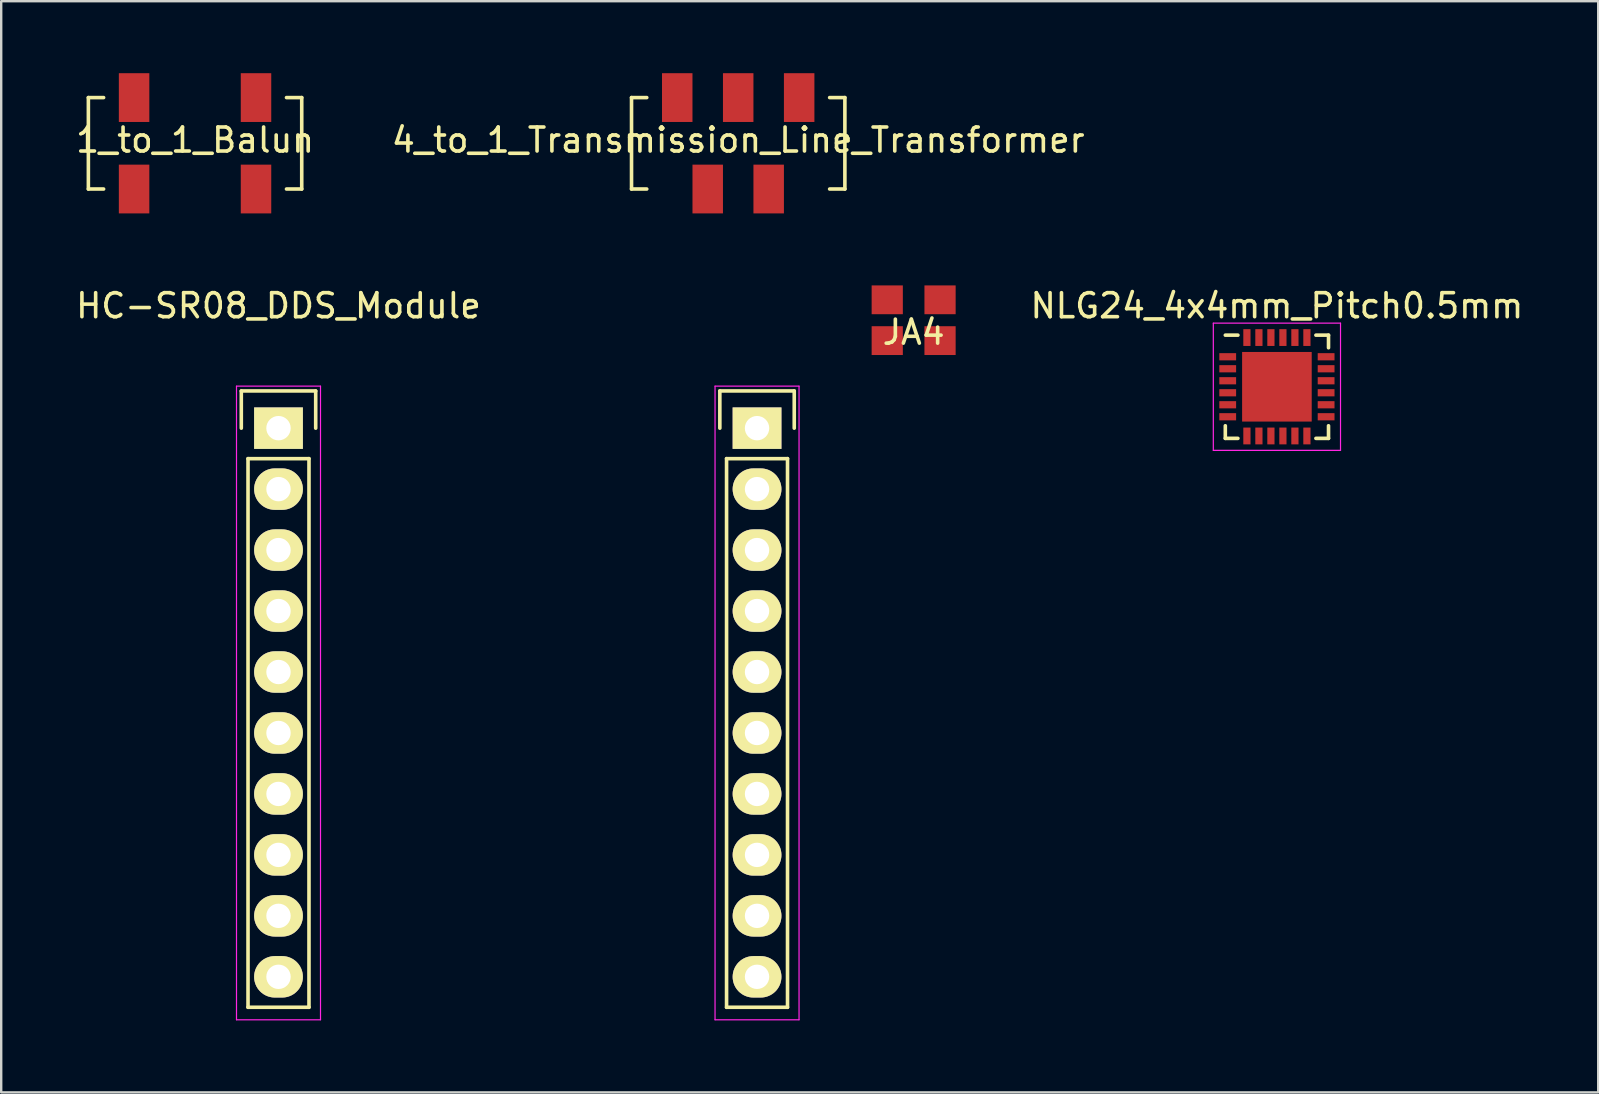
<source format=kicad_pcb>
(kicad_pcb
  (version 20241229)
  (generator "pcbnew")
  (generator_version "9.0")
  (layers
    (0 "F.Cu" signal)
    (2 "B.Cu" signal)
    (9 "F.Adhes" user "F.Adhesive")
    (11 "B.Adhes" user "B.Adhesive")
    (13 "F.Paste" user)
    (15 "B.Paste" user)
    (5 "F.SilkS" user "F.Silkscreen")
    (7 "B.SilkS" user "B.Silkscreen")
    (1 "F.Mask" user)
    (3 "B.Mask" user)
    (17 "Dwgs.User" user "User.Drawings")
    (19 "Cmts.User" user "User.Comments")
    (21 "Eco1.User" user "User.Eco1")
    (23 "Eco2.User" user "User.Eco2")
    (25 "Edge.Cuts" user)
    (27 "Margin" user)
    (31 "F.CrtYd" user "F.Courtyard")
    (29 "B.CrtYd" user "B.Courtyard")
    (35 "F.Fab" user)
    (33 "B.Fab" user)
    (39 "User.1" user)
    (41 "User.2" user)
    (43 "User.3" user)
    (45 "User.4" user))
  (footprint "4_to_1_Transmission_Line_Transformer"
    (layer "F.Cu")
    (at 27.708 2.286)
    (property "Reference" "4_to_1_Transmission_Line_Transformer" (at 0 0.5 0) (layer "F.SilkS") (effects (font (size 1 1) (thickness 0.15))))
    (attr through_hole)
    (fp_line (start -4.445 -1.27) (end -4.445 2.54) (stroke (width 0.15) (type solid)) (layer "F.SilkS"))
    (fp_line (start -4.445 2.54) (end -3.81 2.54) (stroke (width 0.15) (type solid)) (layer "F.SilkS"))
    (fp_line (start -3.81 -1.27) (end -4.445 -1.27) (stroke (width 0.15) (type solid)) (layer "F.SilkS"))
    (fp_line (start 3.81 -1.27) (end 4.445 -1.27) (stroke (width 0.15) (type solid)) (layer "F.SilkS"))
    (fp_line (start 4.445 -1.27) (end 4.445 2.54) (stroke (width 0.15) (type solid)) (layer "F.SilkS"))
    (fp_line (start 4.445 2.54) (end 3.81 2.54) (stroke (width 0.15) (type solid)) (layer "F.SilkS"))
    (pad "1" smd rect (at -2.54 -1.27) (size 1.27 2.032) (layers "F.Cu" "F.Mask" "F.Paste"))
    (pad "2" smd rect (at 0 -1.27) (size 1.27 2.032) (layers "F.Cu" "F.Mask" "F.Paste"))
    (pad "3" smd rect (at 2.54 -1.27) (size 1.27 2.032) (layers "F.Cu" "F.Mask" "F.Paste"))
    (pad "4" smd rect (at -1.27 2.54) (size 1.27 2.032) (layers "F.Cu" "F.Mask" "F.Paste"))
    (pad "5" smd rect (at 1.27 2.54) (size 1.27 2.032) (layers "F.Cu" "F.Mask" "F.Paste")))
  (footprint "HC-SR08_DDS_Module"
    (layer "F.Cu")
    (at 8.554 14.79)
    (property "Reference" "HC-SR08_DDS_Module" (at 0 -5.1 0) (layer "F.SilkS") (effects (font (size 1 1) (thickness 0.15))))
    (attr through_hole)
    (fp_line (start -1.55 -1.55) (end 1.55 -1.55) (stroke (width 0.15) (type solid)) (layer "F.SilkS"))
    (fp_line (start -1.55 0) (end -1.55 -1.55) (stroke (width 0.15) (type solid)) (layer "F.SilkS"))
    (fp_line (start -1.27 24.13) (end -1.27 1.27) (stroke (width 0.15) (type solid)) (layer "F.SilkS"))
    (fp_line (start 1.27 1.27) (end -1.27 1.27) (stroke (width 0.15) (type solid)) (layer "F.SilkS"))
    (fp_line (start 1.27 1.27) (end 1.27 24.13) (stroke (width 0.15) (type solid)) (layer "F.SilkS"))
    (fp_line (start 1.27 24.13) (end -1.27 24.13) (stroke (width 0.15) (type solid)) (layer "F.SilkS"))
    (fp_line (start 1.55 -1.55) (end 1.55 0) (stroke (width 0.15) (type solid)) (layer "F.SilkS"))
    (fp_line (start 18.389 -1.55) (end 21.489 -1.55) (stroke (width 0.15) (type solid)) (layer "F.SilkS"))
    (fp_line (start 18.389 0) (end 18.389 -1.55) (stroke (width 0.15) (type solid)) (layer "F.SilkS"))
    (fp_line (start 18.669 24.13) (end 18.669 1.27) (stroke (width 0.15) (type solid)) (layer "F.SilkS"))
    (fp_line (start 21.209 1.27) (end 18.669 1.27) (stroke (width 0.15) (type solid)) (layer "F.SilkS"))
    (fp_line (start 21.209 1.27) (end 21.209 24.13) (stroke (width 0.15) (type solid)) (layer "F.SilkS"))
    (fp_line (start 21.209 24.13) (end 18.669 24.13) (stroke (width 0.15) (type solid)) (layer "F.SilkS"))
    (fp_line (start 21.489 -1.55) (end 21.489 0) (stroke (width 0.15) (type solid)) (layer "F.SilkS"))
    (fp_line (start -1.75 -1.75) (end -1.75 24.65) (stroke (width 0.05) (type solid)) (layer "F.CrtYd"))
    (fp_line (start -1.75 -1.75) (end 1.75 -1.75) (stroke (width 0.05) (type solid)) (layer "F.CrtYd"))
    (fp_line (start -1.75 24.65) (end 1.75 24.65) (stroke (width 0.05) (type solid)) (layer "F.CrtYd"))
    (fp_line (start 1.75 -1.75) (end 1.75 24.65) (stroke (width 0.05) (type solid)) (layer "F.CrtYd"))
    (fp_line (start 18.189 -1.75) (end 18.189 24.65) (stroke (width 0.05) (type solid)) (layer "F.CrtYd"))
    (fp_line (start 18.189 -1.75) (end 21.689 -1.75) (stroke (width 0.05) (type solid)) (layer "F.CrtYd"))
    (fp_line (start 18.189 24.65) (end 21.689 24.65) (stroke (width 0.05) (type solid)) (layer "F.CrtYd"))
    (fp_line (start 21.689 -1.75) (end 21.689 24.65) (stroke (width 0.05) (type solid)) (layer "F.CrtYd"))
    (pad "J2-1" thru_hole rect (at 19.939 0) (size 2.032 1.727) (drill 1.016) (layers "*.Cu" "*.Mask" "F.SilkS"))
    (pad "J2-2" thru_hole oval (at 19.939 2.54) (size 2.032 1.727) (drill 1.016) (layers "*.Cu" "*.Mask" "F.SilkS"))
    (pad "J2-3" thru_hole oval (at 19.939 5.08) (size 2.032 1.727) (drill 1.016) (layers "*.Cu" "*.Mask" "F.SilkS"))
    (pad "J2-4" thru_hole oval (at 19.939 7.62) (size 2.032 1.727) (drill 1.016) (layers "*.Cu" "*.Mask" "F.SilkS"))
    (pad "J2-5" thru_hole oval (at 19.939 10.16) (size 2.032 1.727) (drill 1.016) (layers "*.Cu" "*.Mask" "F.SilkS"))
    (pad "J2-6" thru_hole oval (at 19.939 12.7) (size 2.032 1.727) (drill 1.016) (layers "*.Cu" "*.Mask" "F.SilkS"))
    (pad "J2-7" thru_hole oval (at 19.939 15.24) (size 2.032 1.727) (drill 1.016) (layers "*.Cu" "*.Mask" "F.SilkS"))
    (pad "J2-8" thru_hole oval (at 19.939 17.78) (size 2.032 1.727) (drill 1.016) (layers "*.Cu" "*.Mask" "F.SilkS"))
    (pad "J2-9" thru_hole oval (at 19.939 20.32) (size 2.032 1.727) (drill 1.016) (layers "*.Cu" "*.Mask" "F.SilkS"))
    (pad "J4-1" thru_hole rect (at 0 0) (size 2.032 1.727) (drill 1.016) (layers "*.Cu" "*.Mask" "F.SilkS"))
    (pad "J4-2" thru_hole oval (at 0 2.54) (size 2.032 1.727) (drill 1.016) (layers "*.Cu" "*.Mask" "F.SilkS"))
    (pad "J4-3" thru_hole oval (at 0 5.08) (size 2.032 1.727) (drill 1.016) (layers "*.Cu" "*.Mask" "F.SilkS"))
    (pad "J4-4" thru_hole oval (at 0 7.62) (size 2.032 1.727) (drill 1.016) (layers "*.Cu" "*.Mask" "F.SilkS"))
    (pad "J4-5" thru_hole oval (at 0 10.16) (size 2.032 1.727) (drill 1.016) (layers "*.Cu" "*.Mask" "F.SilkS"))
    (pad "J4-6" thru_hole oval (at 0 12.7) (size 2.032 1.727) (drill 1.016) (layers "*.Cu" "*.Mask" "F.SilkS"))
    (pad "J4-7" thru_hole oval (at 0 15.24) (size 2.032 1.727) (drill 1.016) (layers "*.Cu" "*.Mask" "F.SilkS"))
    (pad "J4-8" thru_hole oval (at 0 17.78) (size 2.032 1.727) (drill 1.016) (layers "*.Cu" "*.Mask" "F.SilkS"))
    (pad "J4-9" thru_hole oval (at 0 20.32) (size 2.032 1.727) (drill 1.016) (layers "*.Cu" "*.Mask" "F.SilkS"))
    (pad "J210" thru_hole oval (at 19.939 22.86) (size 2.032 1.727) (drill 1.016) (layers "*.Cu" "*.Mask" "F.SilkS"))
    (pad "J410" thru_hole oval (at 0 22.86) (size 2.032 1.727) (drill 1.016) (layers "*.Cu" "*.Mask" "F.SilkS")))
  (footprint "1_to_1_Balun"
    (layer "F.Cu")
    (at 5.077 2.286)
    (property "Reference" "1_to_1_Balun" (at 0 0.5 0) (layer "F.SilkS") (effects (font (size 1 1) (thickness 0.15))))
    (attr through_hole)
    (fp_line (start -4.445 -1.27) (end -4.445 2.54) (stroke (width 0.15) (type solid)) (layer "F.SilkS"))
    (fp_line (start -4.445 2.54) (end -3.81 2.54) (stroke (width 0.15) (type solid)) (layer "F.SilkS"))
    (fp_line (start -3.81 -1.27) (end -4.445 -1.27) (stroke (width 0.15) (type solid)) (layer "F.SilkS"))
    (fp_line (start 3.81 -1.27) (end 4.445 -1.27) (stroke (width 0.15) (type solid)) (layer "F.SilkS"))
    (fp_line (start 4.445 -1.27) (end 4.445 2.54) (stroke (width 0.15) (type solid)) (layer "F.SilkS"))
    (fp_line (start 4.445 2.54) (end 3.81 2.54) (stroke (width 0.15) (type solid)) (layer "F.SilkS"))
    (pad "1" smd rect (at -2.54 -1.27) (size 1.27 2.032) (layers "F.Cu" "F.Mask" "F.Paste"))
    (pad "2" smd rect (at -2.54 2.54) (size 1.27 2.032) (layers "F.Cu" "F.Mask" "F.Paste"))
    (pad "3" smd rect (at 2.54 -1.27) (size 1.27 2.032) (layers "F.Cu" "F.Mask" "F.Paste"))
    (pad "4" smd rect (at 2.54 2.54) (size 1.27 2.032) (layers "F.Cu" "F.Mask" "F.Paste")))
  (footprint "NLG24_4x4mm_Pitch0.5mm"
    (layer "F.Cu")
    (at 50.154 13.065)
    (property "Reference" "NLG24_4x4mm_Pitch0.5mm" (at 0 -3.375 0) (layer "F.SilkS") (effects (font (size 1 1) (thickness 0.15))))
    (attr smd)
    (fp_line (start -2.15 -2.15) (end -1.625 -2.15) (stroke (width 0.15) (type solid)) (layer "F.SilkS"))
    (fp_line (start -2.15 2.15) (end -2.15 1.625) (stroke (width 0.15) (type solid)) (layer "F.SilkS"))
    (fp_line (start -2.15 2.15) (end -1.625 2.15) (stroke (width 0.15) (type solid)) (layer "F.SilkS"))
    (fp_line (start 2.15 -2.15) (end 1.625 -2.15) (stroke (width 0.15) (type solid)) (layer "F.SilkS"))
    (fp_line (start 2.15 -2.15) (end 2.15 -1.625) (stroke (width 0.15) (type solid)) (layer "F.SilkS"))
    (fp_line (start 2.15 2.15) (end 1.625 2.15) (stroke (width 0.15) (type solid)) (layer "F.SilkS"))
    (fp_line (start 2.15 2.15) (end 2.15 1.625) (stroke (width 0.15) (type solid)) (layer "F.SilkS"))
    (fp_line (start -2.65 -2.65) (end -2.65 2.65) (stroke (width 0.05) (type solid)) (layer "F.CrtYd"))
    (fp_line (start -2.65 -2.65) (end 2.65 -2.65) (stroke (width 0.05) (type solid)) (layer "F.CrtYd"))
    (fp_line (start -2.65 2.65) (end 2.65 2.65) (stroke (width 0.05) (type solid)) (layer "F.CrtYd"))
    (fp_line (start 2.65 -2.65) (end 2.65 2.65) (stroke (width 0.05) (type solid)) (layer "F.CrtYd"))
    (pad "1" smd rect (at -1.95 -1.25) (size 0.7 0.3) (drill (offset -0.1 0)) (layers "F.Cu" "F.Mask" "F.Paste"))
    (pad "2" smd rect (at -1.95 -0.75) (size 0.7 0.3) (drill (offset -0.1 0)) (layers "F.Cu" "F.Mask" "F.Paste"))
    (pad "3" smd rect (at -1.95 -0.25) (size 0.7 0.3) (drill (offset -0.1 0)) (layers "F.Cu" "F.Mask" "F.Paste"))
    (pad "4" smd rect (at -1.95 0.25) (size 0.7 0.3) (drill (offset -0.1 0)) (layers "F.Cu" "F.Mask" "F.Paste"))
    (pad "5" smd rect (at -1.95 0.75) (size 0.7 0.3) (drill (offset -0.1 0)) (layers "F.Cu" "F.Mask" "F.Paste"))
    (pad "6" smd rect (at -1.95 1.25) (size 0.7 0.3) (drill (offset -0.1 0)) (layers "F.Cu" "F.Mask" "F.Paste"))
    (pad "7" smd rect (at -1.25 1.95 90) (size 0.7 0.3) (drill (offset -0.1 0)) (layers "F.Cu" "F.Mask" "F.Paste"))
    (pad "8" smd rect (at -0.75 1.95 90) (size 0.7 0.3) (drill (offset -0.1 0)) (layers "F.Cu" "F.Mask" "F.Paste"))
    (pad "9" smd rect (at -0.25 1.95 90) (size 0.7 0.3) (drill (offset -0.1 0)) (layers "F.Cu" "F.Mask" "F.Paste"))
    (pad "10" smd rect (at 0.25 1.95 90) (size 0.7 0.3) (drill (offset -0.1 0)) (layers "F.Cu" "F.Mask" "F.Paste"))
    (pad "11" smd rect (at 0.75 1.95 90) (size 0.7 0.3) (drill (offset -0.1 0)) (layers "F.Cu" "F.Mask" "F.Paste"))
    (pad "12" smd rect (at 1.25 1.95 90) (size 0.7 0.3) (drill (offset -0.1 0)) (layers "F.Cu" "F.Mask" "F.Paste"))
    (pad "13" smd rect (at 1.95 1.25) (size 0.7 0.3) (drill (offset 0.1 0)) (layers "F.Cu" "F.Mask" "F.Paste"))
    (pad "14" smd rect (at 1.95 0.75) (size 0.7 0.3) (drill (offset 0.1 0)) (layers "F.Cu" "F.Mask" "F.Paste"))
    (pad "15" smd rect (at 1.95 0.25) (size 0.7 0.3) (drill (offset 0.1 0)) (layers "F.Cu" "F.Mask" "F.Paste"))
    (pad "16" smd rect (at 1.95 -0.25) (size 0.7 0.3) (drill (offset 0.1 0)) (layers "F.Cu" "F.Mask" "F.Paste"))
    (pad "17" smd rect (at 1.95 -0.75) (size 0.7 0.3) (drill (offset 0.1 0)) (layers "F.Cu" "F.Mask" "F.Paste"))
    (pad "18" smd rect (at 1.95 -1.25) (size 0.7 0.3) (drill (offset 0.1 0)) (layers "F.Cu" "F.Mask" "F.Paste"))
    (pad "19" smd rect (at 1.25 -1.95 90) (size 0.7 0.3) (drill (offset 0.1 0)) (layers "F.Cu" "F.Mask" "F.Paste"))
    (pad "20" smd rect (at 0.75 -1.95 90) (size 0.7 0.3) (drill (offset 0.1 0)) (layers "F.Cu" "F.Mask" "F.Paste"))
    (pad "21" smd rect (at 0.25 -1.95 90) (size 0.7 0.3) (drill (offset 0.1 0)) (layers "F.Cu" "F.Mask" "F.Paste"))
    (pad "22" smd rect (at -0.25 -1.95 90) (size 0.7 0.3) (drill (offset 0.1 0)) (layers "F.Cu" "F.Mask" "F.Paste"))
    (pad "23" smd rect (at -0.75 -1.95 90) (size 0.7 0.3) (drill (offset 0.1 0)) (layers "F.Cu" "F.Mask" "F.Paste"))
    (pad "24" smd rect (at -1.25 -1.95 90) (size 0.7 0.3) (drill (offset 0.1 0)) (layers "F.Cu" "F.Mask" "F.Paste"))
    (pad "EPAD" smd rect (at 0 0) (size 2.9 2.9) (layers "F.Cu" "F.Mask" "F.Paste")))
  (footprint "JA4"
    (layer "F.Cu")
    (at 35.018 10.292)
    (property "Reference" "JA4" (at 0 0.5 0) (layer "F.SilkS") (effects (font (size 1 1) (thickness 0.15))))
    (attr through_hole)
    (pad "1" smd rect (at 1.1 -0.85) (size 1.3 1.2) (layers "F.Cu" "F.Mask" "F.Paste"))
    (pad "2" smd rect (at -1.1 0.85) (size 1.3 1.2) (layers "F.Cu" "F.Mask" "F.Paste"))
    (pad "3" smd rect (at -1.1 -0.85) (size 1.3 1.2) (layers "F.Cu" "F.Mask" "F.Paste"))
    (pad "4" smd rect (at 1.1 0.85) (size 1.3 1.2) (layers "F.Cu" "F.Mask" "F.Paste")))
  (gr_rect
    (start -3 -3)
    (end 63.541 42.465)
    (stroke (width 0.1) (type default))
    (fill no)
    (layer "Edge.Cuts")))
</source>
